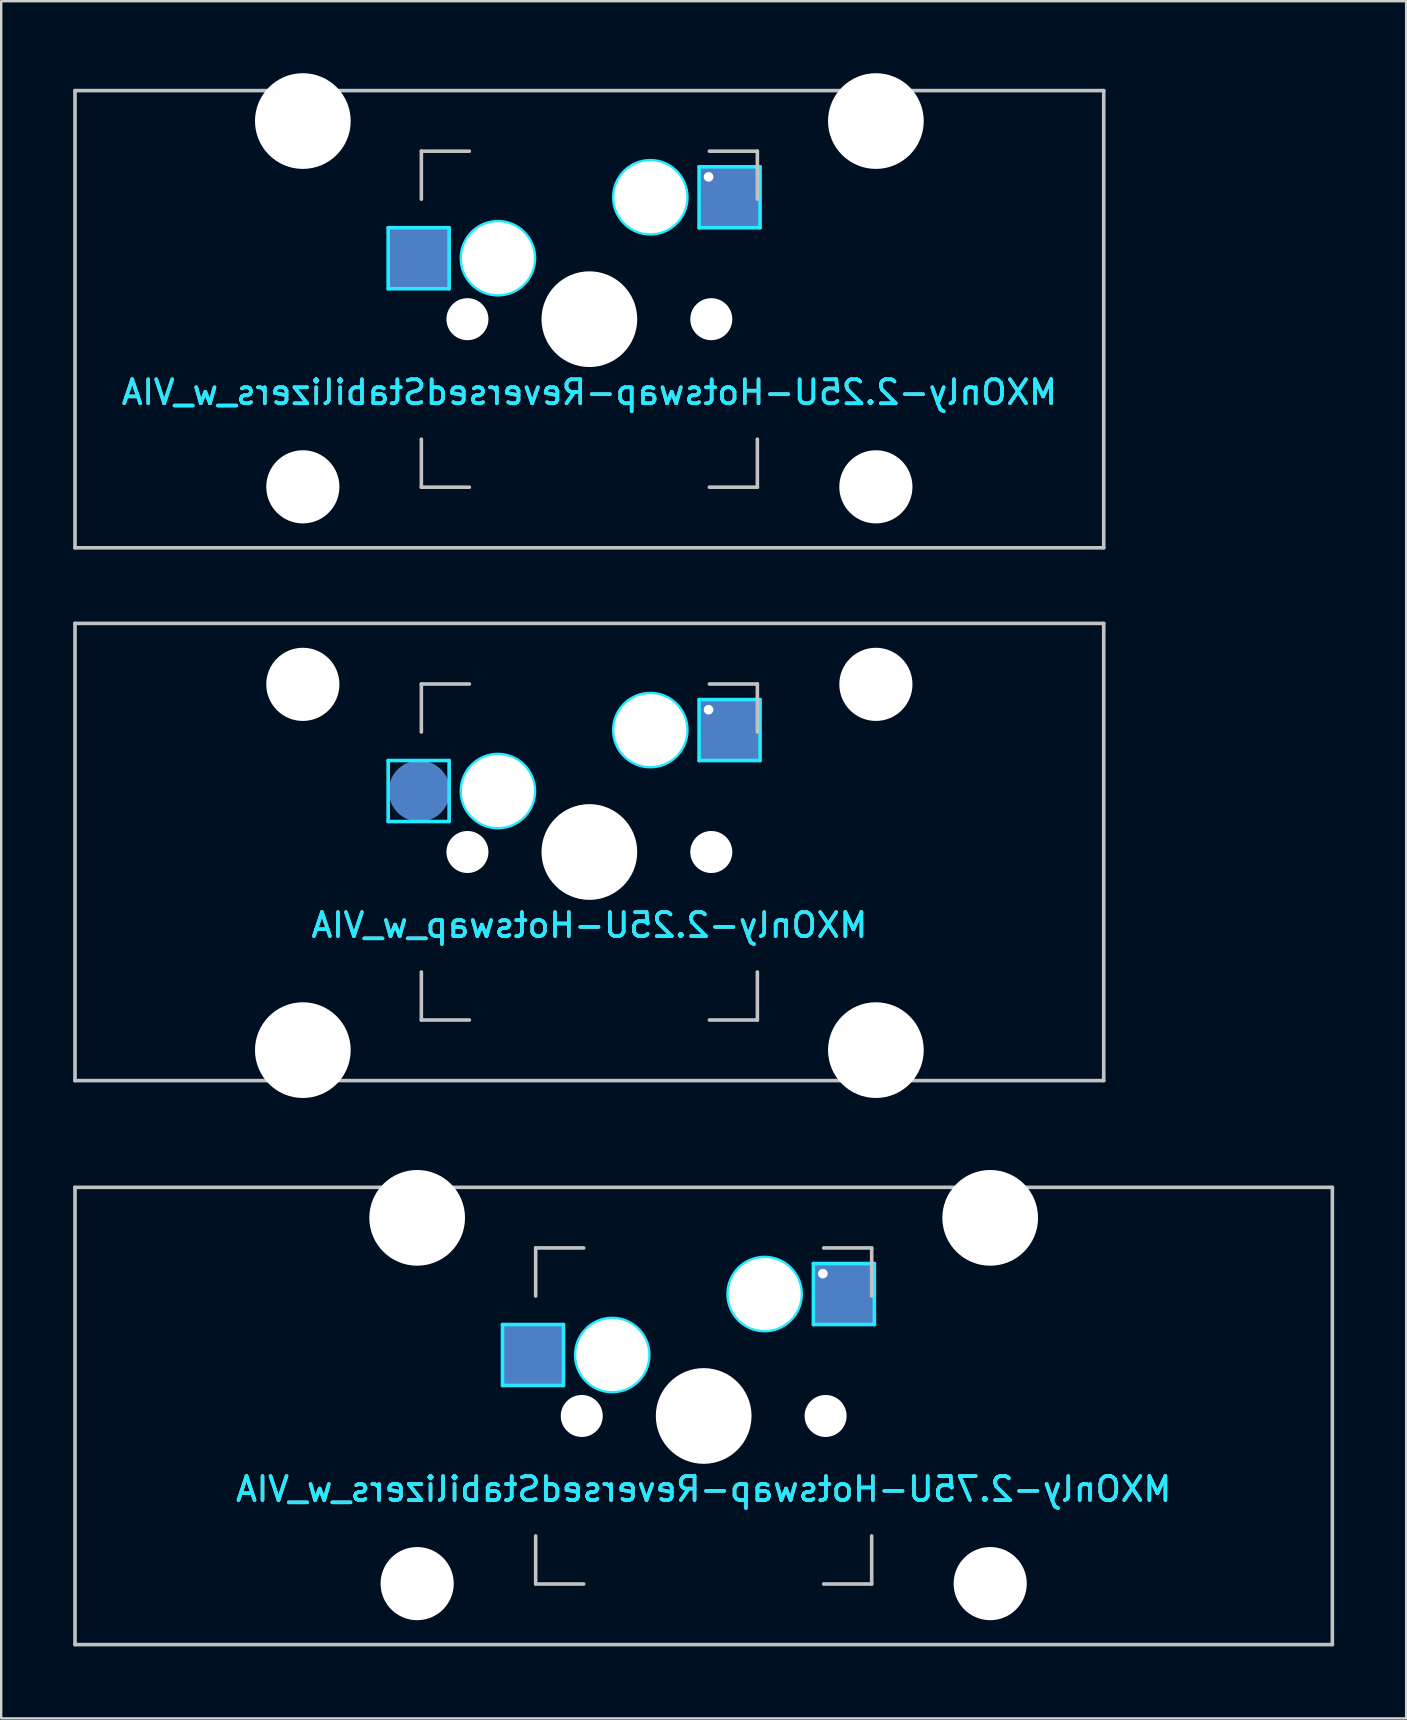
<source format=kicad_pcb>
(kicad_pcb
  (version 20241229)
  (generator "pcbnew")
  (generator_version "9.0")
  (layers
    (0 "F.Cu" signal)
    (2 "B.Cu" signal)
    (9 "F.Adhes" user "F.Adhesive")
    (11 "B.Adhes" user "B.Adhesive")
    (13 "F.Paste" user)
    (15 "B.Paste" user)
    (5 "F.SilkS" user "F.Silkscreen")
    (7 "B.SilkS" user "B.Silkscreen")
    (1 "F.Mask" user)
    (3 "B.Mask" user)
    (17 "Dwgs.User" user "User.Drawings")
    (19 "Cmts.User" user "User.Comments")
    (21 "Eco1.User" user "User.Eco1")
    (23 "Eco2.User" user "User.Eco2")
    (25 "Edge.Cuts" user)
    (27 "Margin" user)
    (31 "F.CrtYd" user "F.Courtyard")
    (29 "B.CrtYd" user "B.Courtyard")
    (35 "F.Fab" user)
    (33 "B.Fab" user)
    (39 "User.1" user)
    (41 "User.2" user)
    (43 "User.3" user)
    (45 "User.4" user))
  (footprint "MXOnly-2.25U-Hotswap-ReversedStabilizers_w_VIA"
    (layer "F.Cu")
    (at 21.506 10.249)
    (property "Reference" "MXOnly-2.25U-Hotswap-ReversedStabilizers_w_VIA" (at 0 3.048 0) (layer "B.CrtYd") (effects (font (size 1 1) (thickness 0.15)) (justify mirror)))
    (attr smd)
    (fp_line (start -21.431 -9.525) (end 21.431 -9.525) (stroke (width 0.15) (type solid)) (layer "Dwgs.User"))
    (fp_line (start -21.431 9.525) (end -21.431 -9.525) (stroke (width 0.15) (type solid)) (layer "Dwgs.User"))
    (fp_line (start -7 -7) (end -7 -5) (stroke (width 0.15) (type solid)) (layer "Dwgs.User"))
    (fp_line (start -7 5) (end -7 7) (stroke (width 0.15) (type solid)) (layer "Dwgs.User"))
    (fp_line (start -7 7) (end -5 7) (stroke (width 0.15) (type solid)) (layer "Dwgs.User"))
    (fp_line (start -5 -7) (end -7 -7) (stroke (width 0.15) (type solid)) (layer "Dwgs.User"))
    (fp_line (start 5 -7) (end 7 -7) (stroke (width 0.15) (type solid)) (layer "Dwgs.User"))
    (fp_line (start 5 7) (end 7 7) (stroke (width 0.15) (type solid)) (layer "Dwgs.User"))
    (fp_line (start 7 -7) (end 7 -5) (stroke (width 0.15) (type solid)) (layer "Dwgs.User"))
    (fp_line (start 7 7) (end 7 5) (stroke (width 0.15) (type solid)) (layer "Dwgs.User"))
    (fp_line (start 21.431 -9.525) (end 21.431 9.525) (stroke (width 0.15) (type solid)) (layer "Dwgs.User"))
    (fp_line (start 21.431 9.525) (end -21.431 9.525) (stroke (width 0.15) (type solid)) (layer "Dwgs.User"))
    (fp_line (start -8.382 -3.81) (end -5.842 -3.81) (stroke (width 0.15) (type solid)) (layer "B.CrtYd"))
    (fp_line (start -8.382 -1.27) (end -8.382 -3.81) (stroke (width 0.15) (type solid)) (layer "B.CrtYd"))
    (fp_line (start -5.842 -3.81) (end -5.842 -1.27) (stroke (width 0.15) (type solid)) (layer "B.CrtYd"))
    (fp_line (start -5.842 -1.27) (end -8.382 -1.27) (stroke (width 0.15) (type solid)) (layer "B.CrtYd"))
    (fp_line (start 4.572 -6.35) (end 7.112 -6.35) (stroke (width 0.15) (type solid)) (layer "B.CrtYd"))
    (fp_line (start 4.572 -3.81) (end 4.572 -6.35) (stroke (width 0.15) (type solid)) (layer "B.CrtYd"))
    (fp_line (start 7.112 -6.35) (end 7.112 -3.81) (stroke (width 0.15) (type solid)) (layer "B.CrtYd"))
    (fp_line (start 7.112 -3.81) (end 4.572 -3.81) (stroke (width 0.15) (type solid)) (layer "B.CrtYd"))
    (fp_circle (center -3.81 -2.54) (end -3.81 -4.064) (stroke (width 0.15) (type solid)) (fill no) (layer "B.CrtYd"))
    (fp_circle (center 2.54 -5.08) (end 2.54 -6.604) (stroke (width 0.15) (type solid)) (fill no) (layer "B.CrtYd"))
    (fp_text user "${REFERENCE}" (at 0 3.048 0) (layer "B.SilkS") (effects (font (size 1 1) (thickness 0.15)) (justify mirror)))
    (pad "" np_thru_hole circle (at -11.938 -8.255) (size 3.988 3.988) (drill 3.988) (layers "*.Cu" "*.Mask"))
    (pad "" np_thru_hole circle (at -11.938 6.985) (size 3.048 3.048) (drill 3.048) (layers "*.Cu" "*.Mask"))
    (pad "" np_thru_hole circle (at -5.08 0 48.1) (size 1.75 1.75) (drill 1.75) (layers "*.Cu" "*.Mask"))
    (pad "" np_thru_hole circle (at -3.81 -2.54) (size 3 3) (drill 3) (layers "*.Cu" "*.Mask"))
    (pad "" np_thru_hole circle (at 0 0) (size 3.988 3.988) (drill 3.988) (layers "*.Cu" "*.Mask"))
    (pad "" np_thru_hole circle (at 2.54 -5.08) (size 3 3) (drill 3) (layers "*.Cu" "*.Mask"))
    (pad "" np_thru_hole circle (at 5.08 0 48.1) (size 1.75 1.75) (drill 1.75) (layers "*.Cu" "*.Mask"))
    (pad "" np_thru_hole circle (at 11.938 -8.255) (size 3.988 3.988) (drill 3.988) (layers "*.Cu" "*.Mask"))
    (pad "" np_thru_hole circle (at 11.938 6.985) (size 3.048 3.048) (drill 3.048) (layers "*.Cu" "*.Mask"))
    (pad "1" smd rect (at -7.085 -2.54) (size 2.55 2.5) (layers "B.Cu" "B.Mask" "B.Paste"))
    (pad "2" thru_hole circle (at 4.967 -5.93) (size 0.8 0.8) (drill 0.4) (layers "*.Cu" "*.Mask"))
    (pad "2" smd rect (at 5.842 -5.08) (size 2.55 2.5) (layers "B.Cu" "B.Mask" "B.Paste")))
  (footprint "MXOnly-2.75U-Hotswap-ReversedStabilizers_w_VIA"
    (layer "F.Cu")
    (at 26.269 55.947)
    (property "Reference" "MXOnly-2.75U-Hotswap-ReversedStabilizers_w_VIA" (at 0 3.048 0) (layer "B.CrtYd") (effects (font (size 1 1) (thickness 0.15)) (justify mirror)))
    (attr smd)
    (fp_line (start -26.194 -9.525) (end 26.194 -9.525) (stroke (width 0.15) (type solid)) (layer "Dwgs.User"))
    (fp_line (start -26.194 9.525) (end -26.194 -9.525) (stroke (width 0.15) (type solid)) (layer "Dwgs.User"))
    (fp_line (start -7 -7) (end -7 -5) (stroke (width 0.15) (type solid)) (layer "Dwgs.User"))
    (fp_line (start -7 5) (end -7 7) (stroke (width 0.15) (type solid)) (layer "Dwgs.User"))
    (fp_line (start -7 7) (end -5 7) (stroke (width 0.15) (type solid)) (layer "Dwgs.User"))
    (fp_line (start -5 -7) (end -7 -7) (stroke (width 0.15) (type solid)) (layer "Dwgs.User"))
    (fp_line (start 5 -7) (end 7 -7) (stroke (width 0.15) (type solid)) (layer "Dwgs.User"))
    (fp_line (start 5 7) (end 7 7) (stroke (width 0.15) (type solid)) (layer "Dwgs.User"))
    (fp_line (start 7 -7) (end 7 -5) (stroke (width 0.15) (type solid)) (layer "Dwgs.User"))
    (fp_line (start 7 7) (end 7 5) (stroke (width 0.15) (type solid)) (layer "Dwgs.User"))
    (fp_line (start 26.194 -9.525) (end 26.194 9.525) (stroke (width 0.15) (type solid)) (layer "Dwgs.User"))
    (fp_line (start 26.194 9.525) (end -26.194 9.525) (stroke (width 0.15) (type solid)) (layer "Dwgs.User"))
    (fp_line (start -8.382 -3.81) (end -5.842 -3.81) (stroke (width 0.15) (type solid)) (layer "B.CrtYd"))
    (fp_line (start -8.382 -1.27) (end -8.382 -3.81) (stroke (width 0.15) (type solid)) (layer "B.CrtYd"))
    (fp_line (start -5.842 -3.81) (end -5.842 -1.27) (stroke (width 0.15) (type solid)) (layer "B.CrtYd"))
    (fp_line (start -5.842 -1.27) (end -8.382 -1.27) (stroke (width 0.15) (type solid)) (layer "B.CrtYd"))
    (fp_line (start 4.572 -6.35) (end 7.112 -6.35) (stroke (width 0.15) (type solid)) (layer "B.CrtYd"))
    (fp_line (start 4.572 -3.81) (end 4.572 -6.35) (stroke (width 0.15) (type solid)) (layer "B.CrtYd"))
    (fp_line (start 7.112 -6.35) (end 7.112 -3.81) (stroke (width 0.15) (type solid)) (layer "B.CrtYd"))
    (fp_line (start 7.112 -3.81) (end 4.572 -3.81) (stroke (width 0.15) (type solid)) (layer "B.CrtYd"))
    (fp_circle (center -3.81 -2.54) (end -3.81 -4.064) (stroke (width 0.15) (type solid)) (fill no) (layer "B.CrtYd"))
    (fp_circle (center 2.54 -5.08) (end 2.54 -6.604) (stroke (width 0.15) (type solid)) (fill no) (layer "B.CrtYd"))
    (fp_text user "${REFERENCE}" (at 0 3.048 0) (layer "B.SilkS") (effects (font (size 1 1) (thickness 0.15)) (justify mirror)))
    (pad "" np_thru_hole circle (at -11.938 -8.255) (size 3.988 3.988) (drill 3.988) (layers "*.Cu" "*.Mask"))
    (pad "" np_thru_hole circle (at -11.938 6.985) (size 3.048 3.048) (drill 3.048) (layers "*.Cu" "*.Mask"))
    (pad "" np_thru_hole circle (at -5.08 0 48.1) (size 1.75 1.75) (drill 1.75) (layers "*.Cu" "*.Mask"))
    (pad "" np_thru_hole circle (at -3.81 -2.54) (size 3 3) (drill 3) (layers "*.Cu" "*.Mask"))
    (pad "" np_thru_hole circle (at 0 0) (size 3.988 3.988) (drill 3.988) (layers "*.Cu" "*.Mask"))
    (pad "" np_thru_hole circle (at 2.54 -5.08) (size 3 3) (drill 3) (layers "*.Cu" "*.Mask"))
    (pad "" np_thru_hole circle (at 5.08 0 48.1) (size 1.75 1.75) (drill 1.75) (layers "*.Cu" "*.Mask"))
    (pad "" np_thru_hole circle (at 11.938 -8.255) (size 3.988 3.988) (drill 3.988) (layers "*.Cu" "*.Mask"))
    (pad "" np_thru_hole circle (at 11.938 6.985) (size 3.048 3.048) (drill 3.048) (layers "*.Cu" "*.Mask"))
    (pad "1" smd rect (at -7.085 -2.54) (size 2.55 2.5) (layers "B.Cu" "B.Mask" "B.Paste"))
    (pad "2" thru_hole circle (at 4.967 -5.93) (size 0.8 0.8) (drill 0.4) (layers "*.Cu" "*.Mask"))
    (pad "2" smd rect (at 5.842 -5.08) (size 2.55 2.5) (layers "B.Cu" "B.Mask" "B.Paste")))
  (footprint "MXOnly-2.25U-Hotswap_w_VIA"
    (layer "F.Cu")
    (at 21.506 32.449)
    (property "Reference" "MXOnly-2.25U-Hotswap_w_VIA" (at 0 3.048 0) (layer "B.CrtYd") (effects (font (size 1 1) (thickness 0.15)) (justify mirror)))
    (attr smd)
    (fp_line (start -21.431 -9.525) (end 21.431 -9.525) (stroke (width 0.15) (type solid)) (layer "Dwgs.User"))
    (fp_line (start -21.431 9.525) (end -21.431 -9.525) (stroke (width 0.15) (type solid)) (layer "Dwgs.User"))
    (fp_line (start -7 -7) (end -7 -5) (stroke (width 0.15) (type solid)) (layer "Dwgs.User"))
    (fp_line (start -7 5) (end -7 7) (stroke (width 0.15) (type solid)) (layer "Dwgs.User"))
    (fp_line (start -7 7) (end -5 7) (stroke (width 0.15) (type solid)) (layer "Dwgs.User"))
    (fp_line (start -5 -7) (end -7 -7) (stroke (width 0.15) (type solid)) (layer "Dwgs.User"))
    (fp_line (start 5 -7) (end 7 -7) (stroke (width 0.15) (type solid)) (layer "Dwgs.User"))
    (fp_line (start 5 7) (end 7 7) (stroke (width 0.15) (type solid)) (layer "Dwgs.User"))
    (fp_line (start 7 -7) (end 7 -5) (stroke (width 0.15) (type solid)) (layer "Dwgs.User"))
    (fp_line (start 7 7) (end 7 5) (stroke (width 0.15) (type solid)) (layer "Dwgs.User"))
    (fp_line (start 21.431 -9.525) (end 21.431 9.525) (stroke (width 0.15) (type solid)) (layer "Dwgs.User"))
    (fp_line (start 21.431 9.525) (end -21.431 9.525) (stroke (width 0.15) (type solid)) (layer "Dwgs.User"))
    (fp_line (start -8.382 -3.81) (end -5.842 -3.81) (stroke (width 0.15) (type solid)) (layer "B.CrtYd"))
    (fp_line (start -8.382 -1.27) (end -8.382 -3.81) (stroke (width 0.15) (type solid)) (layer "B.CrtYd"))
    (fp_line (start -5.842 -3.81) (end -5.842 -1.27) (stroke (width 0.15) (type solid)) (layer "B.CrtYd"))
    (fp_line (start -5.842 -1.27) (end -8.382 -1.27) (stroke (width 0.15) (type solid)) (layer "B.CrtYd"))
    (fp_line (start 4.572 -6.35) (end 7.112 -6.35) (stroke (width 0.15) (type solid)) (layer "B.CrtYd"))
    (fp_line (start 4.572 -3.81) (end 4.572 -6.35) (stroke (width 0.15) (type solid)) (layer "B.CrtYd"))
    (fp_line (start 7.112 -6.35) (end 7.112 -3.81) (stroke (width 0.15) (type solid)) (layer "B.CrtYd"))
    (fp_line (start 7.112 -3.81) (end 4.572 -3.81) (stroke (width 0.15) (type solid)) (layer "B.CrtYd"))
    (fp_circle (center -3.81 -2.54) (end -3.81 -4.064) (stroke (width 0.15) (type solid)) (fill no) (layer "B.CrtYd"))
    (fp_circle (center 2.54 -5.08) (end 2.54 -6.604) (stroke (width 0.15) (type solid)) (fill no) (layer "B.CrtYd"))
    (fp_text user "${REFERENCE}" (at 0 3.048 0) (layer "B.SilkS") (effects (font (size 1 1) (thickness 0.15)) (justify mirror)))
    (pad "" np_thru_hole circle (at -11.938 -6.985) (size 3.048 3.048) (drill 3.048) (layers "*.Cu" "*.Mask"))
    (pad "" np_thru_hole circle (at -11.938 8.255) (size 3.988 3.988) (drill 3.988) (layers "*.Cu" "*.Mask"))
    (pad "" np_thru_hole circle (at -5.08 0 48.1) (size 1.75 1.75) (drill 1.75) (layers "*.Cu" "*.Mask"))
    (pad "" np_thru_hole circle (at -3.81 -2.54) (size 3 3) (drill 3) (layers "*.Cu" "*.Mask"))
    (pad "" np_thru_hole circle (at 0 0) (size 3.988 3.988) (drill 3.988) (layers "*.Cu" "*.Mask"))
    (pad "" np_thru_hole circle (at 2.54 -5.08) (size 3 3) (drill 3) (layers "*.Cu" "*.Mask"))
    (pad "" np_thru_hole circle (at 5.08 0 48.1) (size 1.75 1.75) (drill 1.75) (layers "*.Cu" "*.Mask"))
    (pad "" np_thru_hole circle (at 11.938 -6.985) (size 3.048 3.048) (drill 3.048) (layers "*.Cu" "*.Mask"))
    (pad "" np_thru_hole circle (at 11.938 8.255) (size 3.988 3.988) (drill 3.988) (layers "*.Cu" "*.Mask"))
    (pad "1" smd circle (at -7.085 -2.54) (size 2.55 2.55) (layers "B.Cu" "B.Mask" "B.Paste"))
    (pad "2" thru_hole circle (at 4.967 -5.93) (size 0.8 0.8) (drill 0.4) (layers "*.Cu" "*.Mask"))
    (pad "2" smd rect (at 5.842 -5.08) (size 2.55 2.5) (layers "B.Cu" "B.Mask" "B.Paste")))
  (gr_rect
    (start -3 -3)
    (end 55.538 68.547)
    (stroke (width 0.1) (type default))
    (fill no)
    (layer "Edge.Cuts")))
</source>
